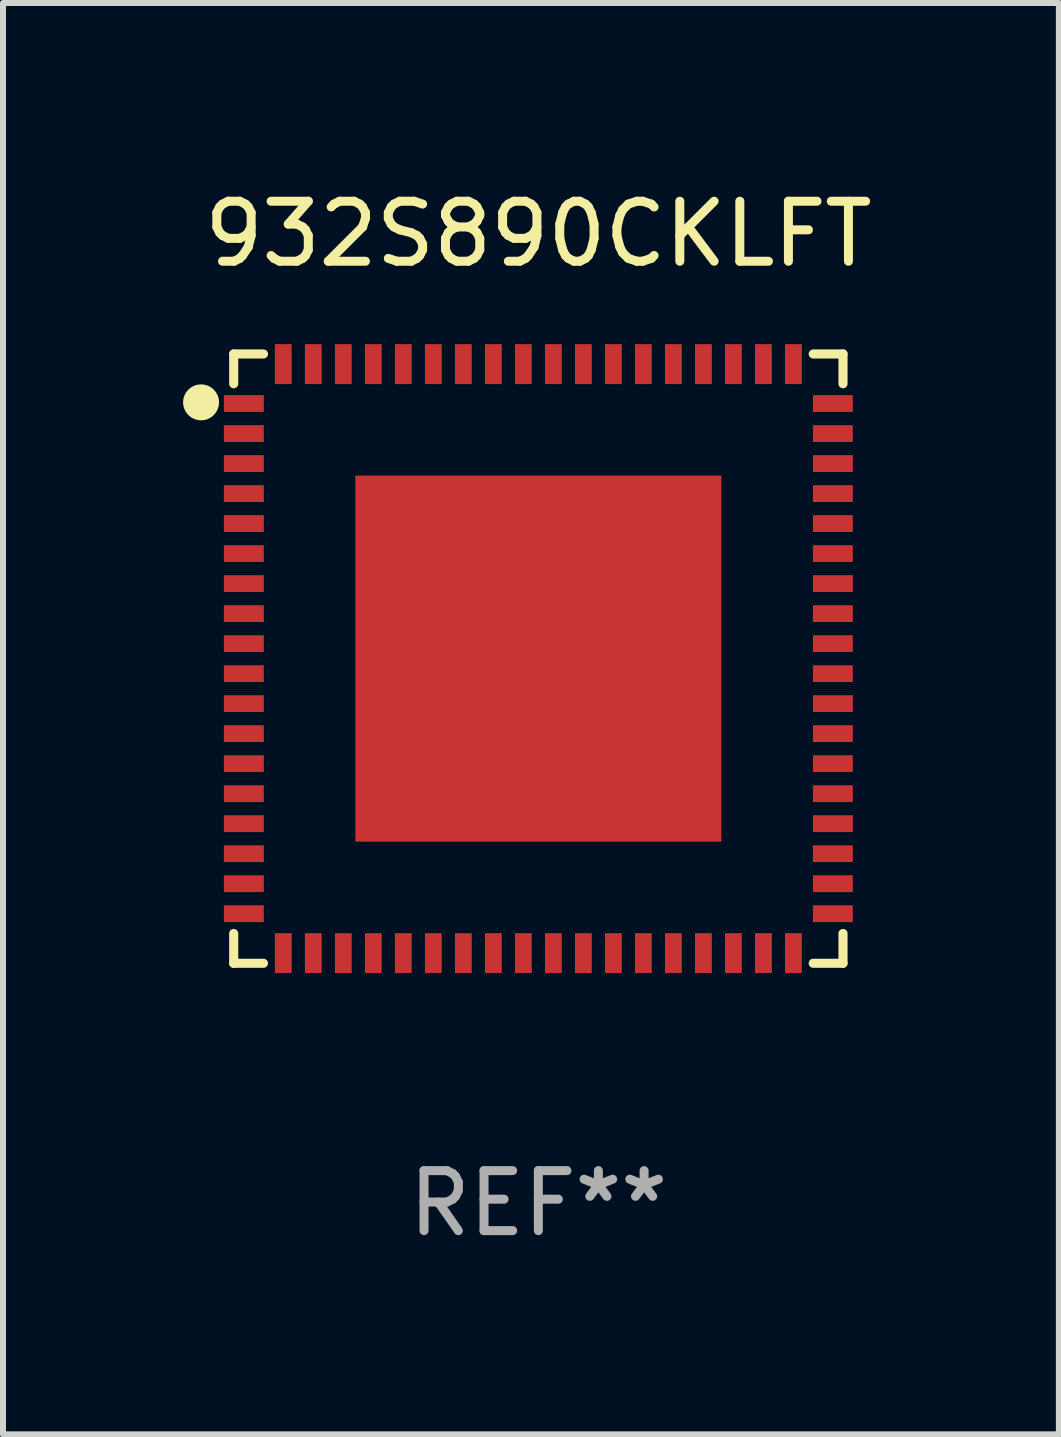
<source format=kicad_pcb>
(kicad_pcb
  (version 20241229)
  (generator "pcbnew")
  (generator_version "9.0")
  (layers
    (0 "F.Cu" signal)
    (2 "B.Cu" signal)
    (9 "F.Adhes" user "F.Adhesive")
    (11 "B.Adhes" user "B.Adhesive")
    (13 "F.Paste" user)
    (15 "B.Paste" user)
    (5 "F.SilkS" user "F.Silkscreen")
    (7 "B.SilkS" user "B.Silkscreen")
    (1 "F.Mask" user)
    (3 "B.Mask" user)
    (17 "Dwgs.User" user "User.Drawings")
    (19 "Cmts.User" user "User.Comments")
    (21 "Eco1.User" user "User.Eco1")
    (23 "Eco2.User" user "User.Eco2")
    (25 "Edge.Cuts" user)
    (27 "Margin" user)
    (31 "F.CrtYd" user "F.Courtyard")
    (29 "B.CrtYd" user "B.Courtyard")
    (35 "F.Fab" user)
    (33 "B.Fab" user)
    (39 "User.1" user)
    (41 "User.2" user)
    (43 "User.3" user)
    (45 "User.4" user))
  (footprint "932S890CKLFT"
    (layer "F.Cu")
    (at 5.92 7.924)
    (property "Reference" "932S890CKLFT" (at 0 -7.076 0) (layer "F.SilkS") (effects (font (size 1 1) (thickness 0.15))))
    (attr through_hole)
    (fp_line (start -5.076 -5.076) (end -5.076 -4.58) (stroke (width 0.152) (type solid)) (layer "F.SilkS"))
    (fp_line (start -5.076 5.076) (end -5.076 4.58) (stroke (width 0.152) (type solid)) (layer "F.SilkS"))
    (fp_line (start -4.58 -5.076) (end -5.076 -5.076) (stroke (width 0.152) (type solid)) (layer "F.SilkS"))
    (fp_line (start -4.58 5.076) (end -5.076 5.076) (stroke (width 0.152) (type solid)) (layer "F.SilkS"))
    (fp_line (start 4.58 -5.076) (end 5.076 -5.076) (stroke (width 0.152) (type solid)) (layer "F.SilkS"))
    (fp_line (start 4.58 5.076) (end 5.076 5.076) (stroke (width 0.152) (type solid)) (layer "F.SilkS"))
    (fp_line (start 5.076 -5.076) (end 5.076 -4.58) (stroke (width 0.152) (type solid)) (layer "F.SilkS"))
    (fp_line (start 5.076 5.076) (end 5.076 4.58) (stroke (width 0.152) (type solid)) (layer "F.SilkS"))
    (fp_circle (center -5.62 -4.27) (end -5.47 -4.27) (stroke (width 0.3) (type solid)) (fill no) (layer "F.SilkS"))
    (fp_text user "REF**" (at 0 9.076 0) (layer "F.Fab") (effects (font (size 1 1) (thickness 0.15))))
    (pad "1" smd rect (at -4.907 -4.25 270) (size 0.28 0.665) (layers "F.Cu" "F.Mask" "F.Paste"))
    (pad "2" smd rect (at -4.907 -3.75 270) (size 0.28 0.665) (layers "F.Cu" "F.Mask" "F.Paste"))
    (pad "3" smd rect (at -4.907 -3.25 270) (size 0.28 0.665) (layers "F.Cu" "F.Mask" "F.Paste"))
    (pad "4" smd rect (at -4.907 -2.75 270) (size 0.28 0.665) (layers "F.Cu" "F.Mask" "F.Paste"))
    (pad "5" smd rect (at -4.907 -2.25 270) (size 0.28 0.665) (layers "F.Cu" "F.Mask" "F.Paste"))
    (pad "6" smd rect (at -4.907 -1.75 270) (size 0.28 0.665) (layers "F.Cu" "F.Mask" "F.Paste"))
    (pad "7" smd rect (at -4.907 -1.25 270) (size 0.28 0.665) (layers "F.Cu" "F.Mask" "F.Paste"))
    (pad "8" smd rect (at -4.907 -0.75 270) (size 0.28 0.665) (layers "F.Cu" "F.Mask" "F.Paste"))
    (pad "9" smd rect (at -4.907 -0.25 270) (size 0.28 0.665) (layers "F.Cu" "F.Mask" "F.Paste"))
    (pad "10" smd rect (at -4.907 0.25 270) (size 0.28 0.665) (layers "F.Cu" "F.Mask" "F.Paste"))
    (pad "11" smd rect (at -4.907 0.75 270) (size 0.28 0.665) (layers "F.Cu" "F.Mask" "F.Paste"))
    (pad "12" smd rect (at -4.907 1.25 270) (size 0.28 0.665) (layers "F.Cu" "F.Mask" "F.Paste"))
    (pad "13" smd rect (at -4.907 1.75 270) (size 0.28 0.665) (layers "F.Cu" "F.Mask" "F.Paste"))
    (pad "14" smd rect (at -4.907 2.25 270) (size 0.28 0.665) (layers "F.Cu" "F.Mask" "F.Paste"))
    (pad "15" smd rect (at -4.907 2.75 270) (size 0.28 0.665) (layers "F.Cu" "F.Mask" "F.Paste"))
    (pad "16" smd rect (at -4.907 3.25 270) (size 0.28 0.665) (layers "F.Cu" "F.Mask" "F.Paste"))
    (pad "17" smd rect (at -4.907 3.75 270) (size 0.28 0.665) (layers "F.Cu" "F.Mask" "F.Paste"))
    (pad "18" smd rect (at -4.907 4.25 270) (size 0.28 0.665) (layers "F.Cu" "F.Mask" "F.Paste"))
    (pad "19" smd rect (at -4.25 4.907 270) (size 0.665 0.28) (layers "F.Cu" "F.Mask" "F.Paste"))
    (pad "20" smd rect (at -3.75 4.907 270) (size 0.665 0.28) (layers "F.Cu" "F.Mask" "F.Paste"))
    (pad "21" smd rect (at -3.25 4.907 270) (size 0.665 0.28) (layers "F.Cu" "F.Mask" "F.Paste"))
    (pad "22" smd rect (at -2.75 4.907 270) (size 0.665 0.28) (layers "F.Cu" "F.Mask" "F.Paste"))
    (pad "23" smd rect (at -2.25 4.907 270) (size 0.665 0.28) (layers "F.Cu" "F.Mask" "F.Paste"))
    (pad "24" smd rect (at -1.75 4.907 270) (size 0.665 0.28) (layers "F.Cu" "F.Mask" "F.Paste"))
    (pad "25" smd rect (at -1.25 4.907 270) (size 0.665 0.28) (layers "F.Cu" "F.Mask" "F.Paste"))
    (pad "26" smd rect (at -0.75 4.907 270) (size 0.665 0.28) (layers "F.Cu" "F.Mask" "F.Paste"))
    (pad "27" smd rect (at -0.25 4.907 270) (size 0.665 0.28) (layers "F.Cu" "F.Mask" "F.Paste"))
    (pad "28" smd rect (at 0.25 4.907 270) (size 0.665 0.28) (layers "F.Cu" "F.Mask" "F.Paste"))
    (pad "29" smd rect (at 0.75 4.907 270) (size 0.665 0.28) (layers "F.Cu" "F.Mask" "F.Paste"))
    (pad "30" smd rect (at 1.25 4.907 270) (size 0.665 0.28) (layers "F.Cu" "F.Mask" "F.Paste"))
    (pad "31" smd rect (at 1.75 4.907 270) (size 0.665 0.28) (layers "F.Cu" "F.Mask" "F.Paste"))
    (pad "32" smd rect (at 2.25 4.907 270) (size 0.665 0.28) (layers "F.Cu" "F.Mask" "F.Paste"))
    (pad "33" smd rect (at 2.75 4.907 270) (size 0.665 0.28) (layers "F.Cu" "F.Mask" "F.Paste"))
    (pad "34" smd rect (at 3.25 4.907 270) (size 0.665 0.28) (layers "F.Cu" "F.Mask" "F.Paste"))
    (pad "35" smd rect (at 3.75 4.907 270) (size 0.665 0.28) (layers "F.Cu" "F.Mask" "F.Paste"))
    (pad "36" smd rect (at 4.25 4.907 270) (size 0.665 0.28) (layers "F.Cu" "F.Mask" "F.Paste"))
    (pad "37" smd rect (at 4.907 4.25 270) (size 0.28 0.665) (layers "F.Cu" "F.Mask" "F.Paste"))
    (pad "38" smd rect (at 4.907 3.75 270) (size 0.28 0.665) (layers "F.Cu" "F.Mask" "F.Paste"))
    (pad "39" smd rect (at 4.907 3.25 270) (size 0.28 0.665) (layers "F.Cu" "F.Mask" "F.Paste"))
    (pad "40" smd rect (at 4.907 2.75 270) (size 0.28 0.665) (layers "F.Cu" "F.Mask" "F.Paste"))
    (pad "41" smd rect (at 4.907 2.25 270) (size 0.28 0.665) (layers "F.Cu" "F.Mask" "F.Paste"))
    (pad "42" smd rect (at 4.907 1.75 270) (size 0.28 0.665) (layers "F.Cu" "F.Mask" "F.Paste"))
    (pad "43" smd rect (at 4.907 1.25 270) (size 0.28 0.665) (layers "F.Cu" "F.Mask" "F.Paste"))
    (pad "44" smd rect (at 4.907 0.75 270) (size 0.28 0.665) (layers "F.Cu" "F.Mask" "F.Paste"))
    (pad "45" smd rect (at 4.907 0.25 270) (size 0.28 0.665) (layers "F.Cu" "F.Mask" "F.Paste"))
    (pad "46" smd rect (at 4.907 -0.25 270) (size 0.28 0.665) (layers "F.Cu" "F.Mask" "F.Paste"))
    (pad "47" smd rect (at 4.907 -0.75 270) (size 0.28 0.665) (layers "F.Cu" "F.Mask" "F.Paste"))
    (pad "48" smd rect (at 4.907 -1.25 270) (size 0.28 0.665) (layers "F.Cu" "F.Mask" "F.Paste"))
    (pad "49" smd rect (at 4.907 -1.75 270) (size 0.28 0.665) (layers "F.Cu" "F.Mask" "F.Paste"))
    (pad "50" smd rect (at 4.907 -2.25 270) (size 0.28 0.665) (layers "F.Cu" "F.Mask" "F.Paste"))
    (pad "51" smd rect (at 4.907 -2.75 270) (size 0.28 0.665) (layers "F.Cu" "F.Mask" "F.Paste"))
    (pad "52" smd rect (at 4.907 -3.25 270) (size 0.28 0.665) (layers "F.Cu" "F.Mask" "F.Paste"))
    (pad "53" smd rect (at 4.907 -3.75 270) (size 0.28 0.665) (layers "F.Cu" "F.Mask" "F.Paste"))
    (pad "54" smd rect (at 4.907 -4.25 270) (size 0.28 0.665) (layers "F.Cu" "F.Mask" "F.Paste"))
    (pad "55" smd rect (at 4.25 -4.907 270) (size 0.665 0.28) (layers "F.Cu" "F.Mask" "F.Paste"))
    (pad "56" smd rect (at 3.75 -4.907 270) (size 0.665 0.28) (layers "F.Cu" "F.Mask" "F.Paste"))
    (pad "57" smd rect (at 3.25 -4.907 270) (size 0.665 0.28) (layers "F.Cu" "F.Mask" "F.Paste"))
    (pad "58" smd rect (at 2.75 -4.907 270) (size 0.665 0.28) (layers "F.Cu" "F.Mask" "F.Paste"))
    (pad "59" smd rect (at 2.25 -4.907 270) (size 0.665 0.28) (layers "F.Cu" "F.Mask" "F.Paste"))
    (pad "60" smd rect (at 1.75 -4.907 270) (size 0.665 0.28) (layers "F.Cu" "F.Mask" "F.Paste"))
    (pad "61" smd rect (at 1.25 -4.907 270) (size 0.665 0.28) (layers "F.Cu" "F.Mask" "F.Paste"))
    (pad "62" smd rect (at 0.75 -4.907 270) (size 0.665 0.28) (layers "F.Cu" "F.Mask" "F.Paste"))
    (pad "63" smd rect (at 0.25 -4.907 270) (size 0.665 0.28) (layers "F.Cu" "F.Mask" "F.Paste"))
    (pad "64" smd rect (at -0.25 -4.907 270) (size 0.665 0.28) (layers "F.Cu" "F.Mask" "F.Paste"))
    (pad "65" smd rect (at -0.75 -4.907 270) (size 0.665 0.28) (layers "F.Cu" "F.Mask" "F.Paste"))
    (pad "66" smd rect (at -1.25 -4.907 270) (size 0.665 0.28) (layers "F.Cu" "F.Mask" "F.Paste"))
    (pad "67" smd rect (at -1.75 -4.907 270) (size 0.665 0.28) (layers "F.Cu" "F.Mask" "F.Paste"))
    (pad "68" smd rect (at -2.25 -4.907 270) (size 0.665 0.28) (layers "F.Cu" "F.Mask" "F.Paste"))
    (pad "69" smd rect (at -2.75 -4.907 270) (size 0.665 0.28) (layers "F.Cu" "F.Mask" "F.Paste"))
    (pad "70" smd rect (at -3.25 -4.907 270) (size 0.665 0.28) (layers "F.Cu" "F.Mask" "F.Paste"))
    (pad "71" smd rect (at -3.75 -4.907 270) (size 0.665 0.28) (layers "F.Cu" "F.Mask" "F.Paste"))
    (pad "72" smd rect (at -4.25 -4.907 270) (size 0.665 0.28) (layers "F.Cu" "F.Mask" "F.Paste"))
    (pad "73" smd rect (at 0.000127 0.000127 270) (size 6.1 6.1) (layers "F.Cu" "F.Mask" "F.Paste")))
  (gr_rect
    (start -3 -3)
    (end 14.593 20.849)
    (stroke (width 0.1) (type default))
    (fill no)
    (layer "Edge.Cuts")))
</source>
